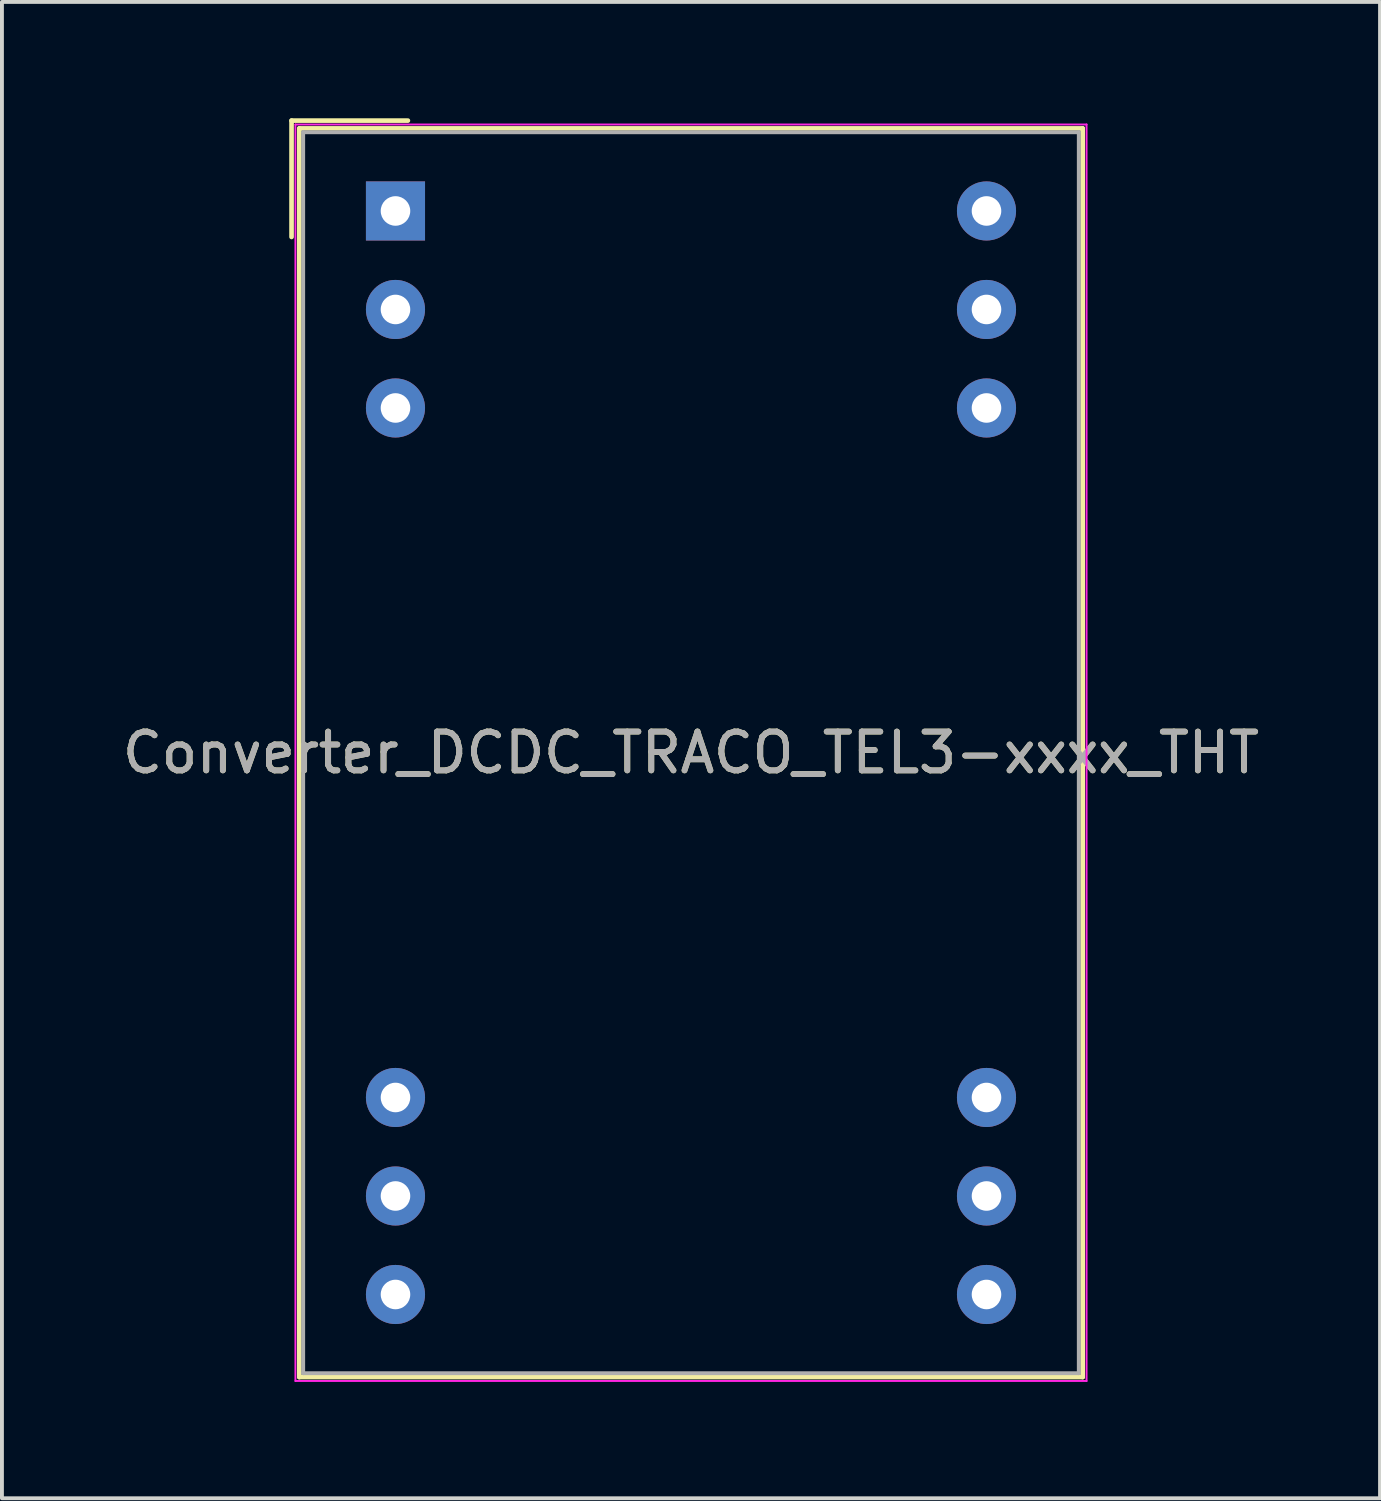
<source format=kicad_pcb>
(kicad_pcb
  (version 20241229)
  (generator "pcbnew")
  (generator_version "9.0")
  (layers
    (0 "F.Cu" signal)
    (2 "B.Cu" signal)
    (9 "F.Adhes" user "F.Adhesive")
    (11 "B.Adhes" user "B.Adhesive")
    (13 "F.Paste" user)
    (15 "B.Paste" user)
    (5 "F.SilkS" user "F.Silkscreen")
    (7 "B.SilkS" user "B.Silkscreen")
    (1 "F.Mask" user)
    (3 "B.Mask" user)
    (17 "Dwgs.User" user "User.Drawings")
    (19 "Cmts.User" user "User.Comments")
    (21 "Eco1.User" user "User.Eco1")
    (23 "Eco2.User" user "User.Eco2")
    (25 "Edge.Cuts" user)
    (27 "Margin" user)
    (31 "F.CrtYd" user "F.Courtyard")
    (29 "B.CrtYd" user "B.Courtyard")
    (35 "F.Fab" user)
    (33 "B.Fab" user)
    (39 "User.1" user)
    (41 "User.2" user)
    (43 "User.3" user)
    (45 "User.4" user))
  (footprint "Converter_DCDC_TRACO_TEL3-xxxx_THT"
    (layer "F.Cu")
    (at 7.148 2.39)
    (property "Reference" "Converter_DCDC_TRACO_TEL3-xxxx_THT" (at 7.62 13.97 0) (layer "F.SilkS") (effects (font (size 1 1) (thickness 0.15))))
    (attr through_hole)
    (fp_line (start -2.68 -2.33) (end -2.68 0.67) (stroke (width 0.12) (type solid)) (layer "F.SilkS"))
    (fp_line (start -2.68 -2.33) (end 0.32 -2.33) (stroke (width 0.12) (type solid)) (layer "F.SilkS"))
    (fp_line (start -2.48 -2.13) (end 17.72 -2.13) (stroke (width 0.12) (type solid)) (layer "F.SilkS"))
    (fp_line (start -2.48 30.07) (end -2.48 -2.13) (stroke (width 0.12) (type solid)) (layer "F.SilkS"))
    (fp_line (start 17.72 -2.13) (end 17.72 30.07) (stroke (width 0.12) (type solid)) (layer "F.SilkS"))
    (fp_line (start 17.72 30.07) (end -2.48 30.07) (stroke (width 0.12) (type solid)) (layer "F.SilkS"))
    (fp_line (start -2.58 -2.23) (end -2.58 30.17) (stroke (width 0.05) (type solid)) (layer "F.CrtYd"))
    (fp_line (start -2.58 30.17) (end 17.82 30.17) (stroke (width 0.05) (type solid)) (layer "F.CrtYd"))
    (fp_line (start 17.82 -2.23) (end -2.58 -2.23) (stroke (width 0.05) (type solid)) (layer "F.CrtYd"))
    (fp_line (start 17.82 30.17) (end 17.82 -2.23) (stroke (width 0.05) (type solid)) (layer "F.CrtYd"))
    (fp_line (start -2.38 -2.03) (end 17.62 -2.03) (stroke (width 0.1) (type solid)) (layer "F.Fab"))
    (fp_line (start -2.38 29.97) (end -2.38 -2.03) (stroke (width 0.1) (type solid)) (layer "F.Fab"))
    (fp_line (start 17.62 -2.03) (end 17.62 29.97) (stroke (width 0.1) (type solid)) (layer "F.Fab"))
    (fp_line (start 17.62 29.97) (end -2.38 29.97) (stroke (width 0.1) (type solid)) (layer "F.Fab"))
    (fp_text user "${REFERENCE}" (at 7.62 13.97 0) (layer "F.Fab") (effects (font (size 1 1) (thickness 0.15))))
    (pad "1" thru_hole rect (at 0 0) (size 1.524 1.524) (drill 0.762) (layers "*.Cu" "*.Mask"))
    (pad "2" thru_hole circle (at 0 2.54) (size 1.524 1.524) (drill 0.762) (layers "*.Cu" "*.Mask"))
    (pad "3" thru_hole circle (at 0 5.08) (size 1.524 1.524) (drill 0.762) (layers "*.Cu" "*.Mask"))
    (pad "10" thru_hole circle (at 0 22.86) (size 1.524 1.524) (drill 0.762) (layers "*.Cu" "*.Mask"))
    (pad "11" thru_hole circle (at 0 25.4) (size 1.524 1.524) (drill 0.762) (layers "*.Cu" "*.Mask"))
    (pad "12" thru_hole circle (at 0 27.94) (size 1.524 1.524) (drill 0.762) (layers "*.Cu" "*.Mask"))
    (pad "13" thru_hole circle (at 15.24 27.94) (size 1.524 1.524) (drill 0.762) (layers "*.Cu" "*.Mask"))
    (pad "14" thru_hole circle (at 15.24 25.4) (size 1.524 1.524) (drill 0.762) (layers "*.Cu" "*.Mask"))
    (pad "15" thru_hole circle (at 15.24 22.86) (size 1.524 1.524) (drill 0.762) (layers "*.Cu" "*.Mask"))
    (pad "22" thru_hole circle (at 15.24 5.08) (size 1.524 1.524) (drill 0.762) (layers "*.Cu" "*.Mask"))
    (pad "23" thru_hole circle (at 15.24 2.54) (size 1.524 1.524) (drill 0.762) (layers "*.Cu" "*.Mask"))
    (pad "24" thru_hole circle (at 15.24 0) (size 1.524 1.524) (drill 0.762) (layers "*.Cu" "*.Mask")))
  (gr_rect
    (start -3 -3)
    (end 32.536 35.585)
    (stroke (width 0.1) (type default))
    (fill no)
    (layer "Edge.Cuts")))
</source>
